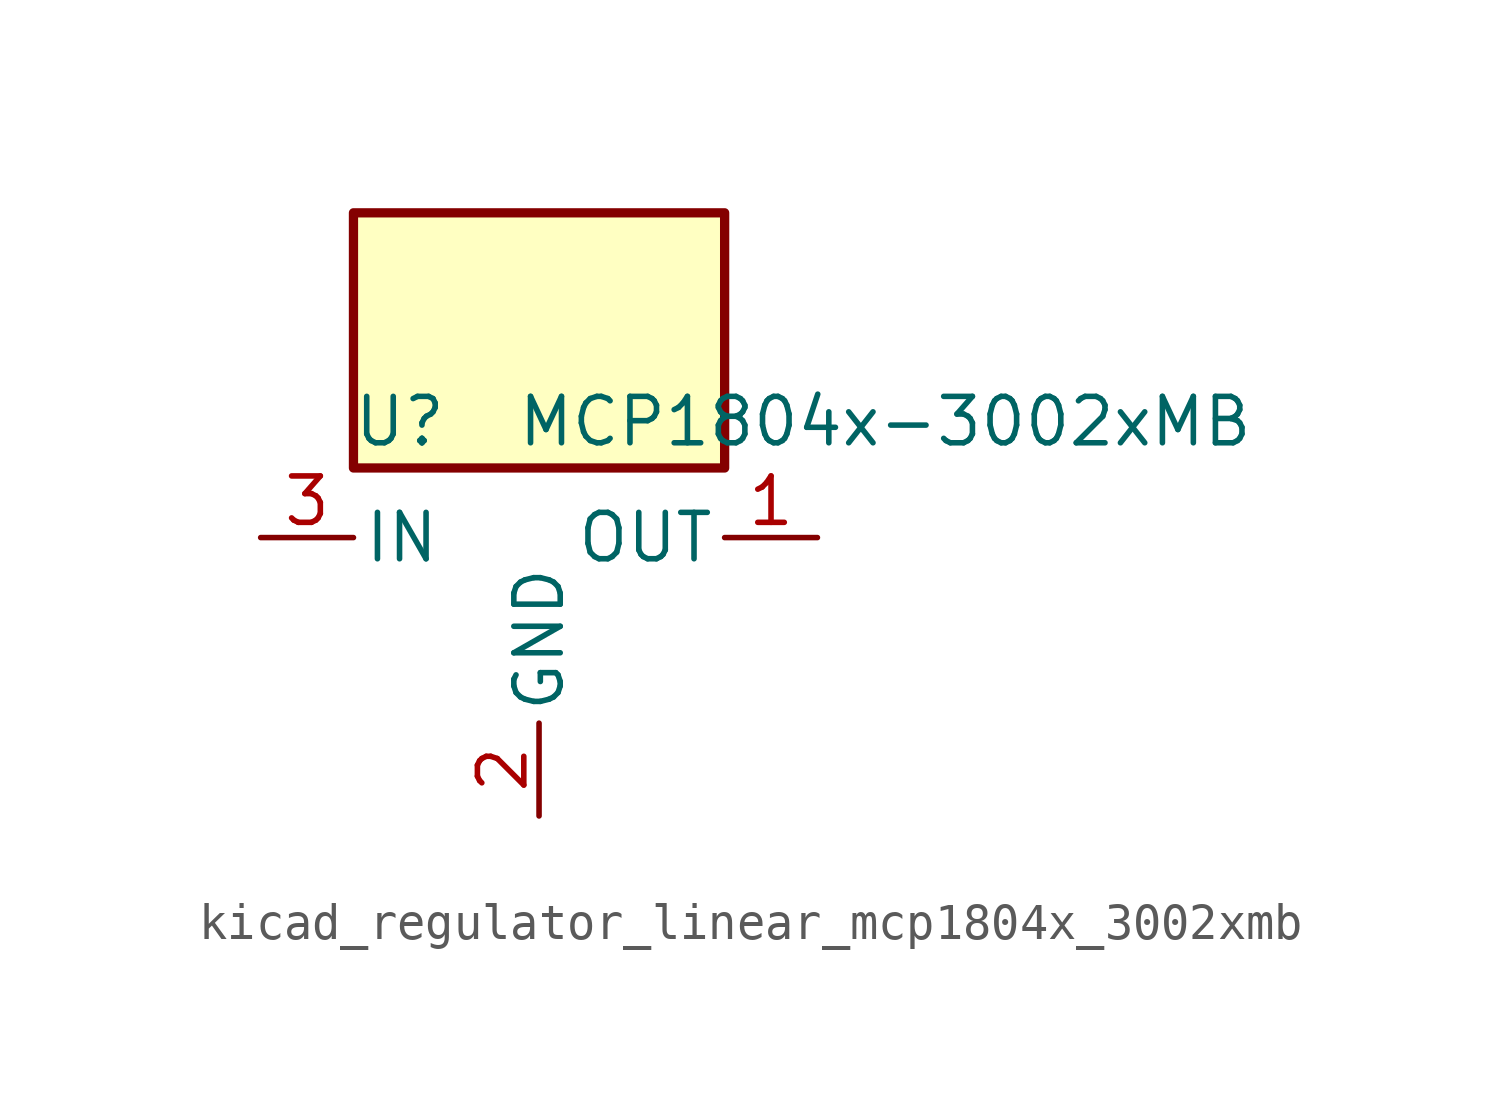
<source format=kicad_sym>
(kicad_symbol_lib
  (version 20220914)
  (generator kicad_symbol_editor)
  (symbol "kicad_regulator_linear_mcp1804x_3002xmb"
    (pin_names
      (offset 0.254))
    (property "Reference" "U"
      (at -3.81 3.175 0)
      (effects (font (size 1.27 1.27))))
    (property "Value" "MCP1804x-3002xMB"
      (at -0.635 3.175 0)
      (effects (font (size 1.27 1.27)) (justify left)))
    (symbol "kicad_regulator_linear_mcp1804x_3002xmb_0_1"
      (rectangle (start 5.08 8.89) (end -5.08 1.905) (stroke (width 0.254) (type default)) (fill (type background))))
    (symbol "kicad_regulator_linear_mcp1804x_3002xmb_1_1"
      (pin power_out line (at 7.62 0 180) (length 2.54) (name "OUT" (effects (font (size 1.27 1.27)))) (number "1" (effects (font (size 1.27 1.27)))))
      (pin power_in line (at 0 -7.62 90) (length 2.54) (name "GND" (effects (font (size 1.27 1.27)))) (number "2" (effects (font (size 1.27 1.27)))))
      (pin power_in line (at -7.62 0 0) (length 2.54) (name "IN" (effects (font (size 1.27 1.27)))) (number "3" (effects (font (size 1.27 1.27))))))))
</source>
